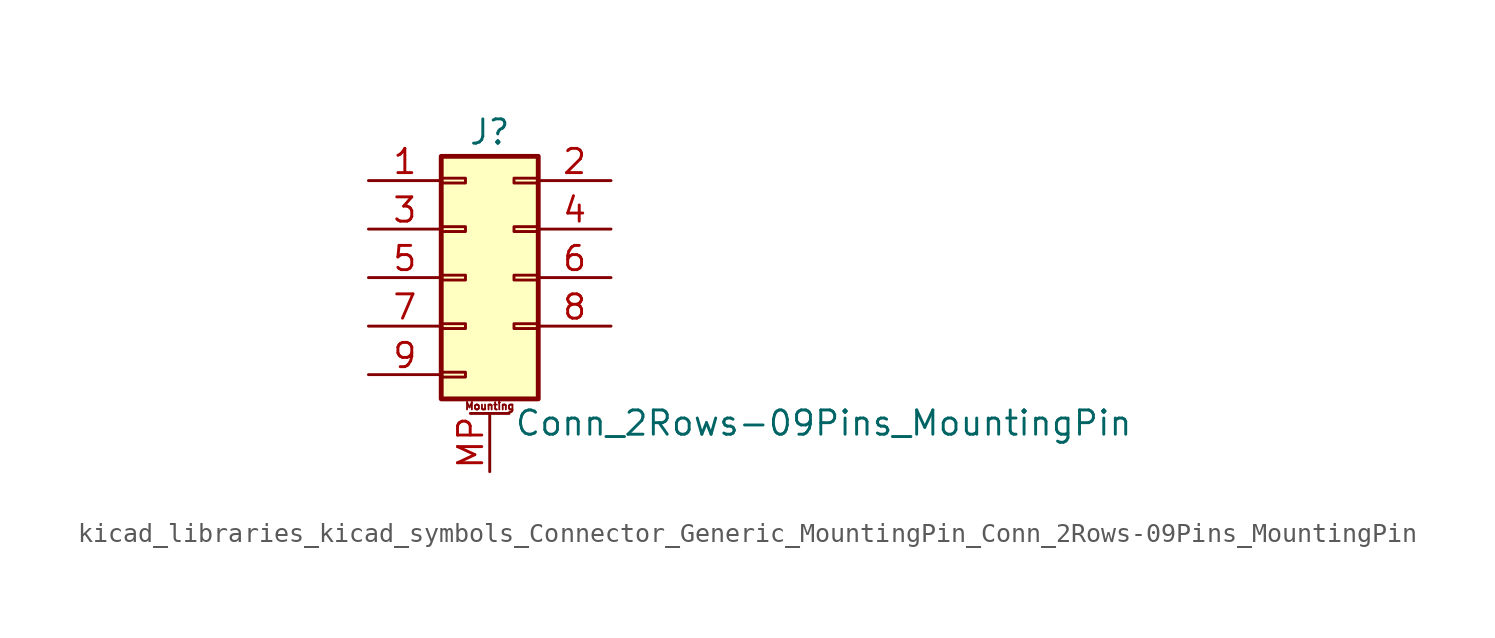
<source format=kicad_sym>
(kicad_symbol_lib
  (version 20220914)
  (generator kicad_symbol_editor)
  (symbol "kicad_libraries_kicad_symbols_Connector_Generic_MountingPin_Conn_2Rows-09Pins_MountingPin"
    (pin_names
      (offset 1.016) hide)
    (property "Reference" "J"
      (at 1.27 7.62 0)
      (effects (font (size 1.27 1.27))))
    (property "Value" "Conn_2Rows-09Pins_MountingPin"
      (at 2.54 -7.62 0)
      (effects (font (size 1.27 1.27)) (justify left)))
    (symbol "kicad_libraries_kicad_symbols_Connector_Generic_MountingPin_Conn_2Rows-09Pins_MountingPin_1_1"
      (rectangle (start -1.27 -4.953) (end 0 -5.207) (stroke (width 0.152) (type default)) (fill (type none)))
      (rectangle (start -1.27 -2.413) (end 0 -2.667) (stroke (width 0.152) (type default)) (fill (type none)))
      (rectangle (start -1.27 0.127) (end 0 -0.127) (stroke (width 0.152) (type default)) (fill (type none)))
      (rectangle (start -1.27 2.667) (end 0 2.413) (stroke (width 0.152) (type default)) (fill (type none)))
      (rectangle (start -1.27 5.207) (end 0 4.953) (stroke (width 0.152) (type default)) (fill (type none)))
      (rectangle (start -1.27 6.35) (end 3.81 -6.35) (stroke (width 0.254) (type default)) (fill (type background)))
      (polyline (pts (xy 0.254 -7.112) (xy 2.286 -7.112)) (stroke (width 0.152) (type default)) (fill (type none)))
      (rectangle (start 3.81 -2.413) (end 2.54 -2.667) (stroke (width 0.152) (type default)) (fill (type none)))
      (rectangle (start 3.81 0.127) (end 2.54 -0.127) (stroke (width 0.152) (type default)) (fill (type none)))
      (rectangle (start 3.81 2.667) (end 2.54 2.413) (stroke (width 0.152) (type default)) (fill (type none)))
      (rectangle (start 3.81 5.207) (end 2.54 4.953) (stroke (width 0.152) (type default)) (fill (type none)))
      (text "Mounting" (at 1.27 -6.731 0) (effects (font (size 0.381 0.381))))
      (pin passive line (at -5.08 5.08 0) (length 3.81) (name "Pin_1" (effects (font (size 1.27 1.27)))) (number "1" (effects (font (size 1.27 1.27)))))
      (pin passive line (at 7.62 5.08 180) (length 3.81) (name "Pin_2" (effects (font (size 1.27 1.27)))) (number "2" (effects (font (size 1.27 1.27)))))
      (pin passive line (at -5.08 2.54 0) (length 3.81) (name "Pin_3" (effects (font (size 1.27 1.27)))) (number "3" (effects (font (size 1.27 1.27)))))
      (pin passive line (at 7.62 2.54 180) (length 3.81) (name "Pin_4" (effects (font (size 1.27 1.27)))) (number "4" (effects (font (size 1.27 1.27)))))
      (pin passive line (at -5.08 0 0) (length 3.81) (name "Pin_5" (effects (font (size 1.27 1.27)))) (number "5" (effects (font (size 1.27 1.27)))))
      (pin passive line (at 7.62 0 180) (length 3.81) (name "Pin_6" (effects (font (size 1.27 1.27)))) (number "6" (effects (font (size 1.27 1.27)))))
      (pin passive line (at -5.08 -2.54 0) (length 3.81) (name "Pin_7" (effects (font (size 1.27 1.27)))) (number "7" (effects (font (size 1.27 1.27)))))
      (pin passive line (at 7.62 -2.54 180) (length 3.81) (name "Pin_8" (effects (font (size 1.27 1.27)))) (number "8" (effects (font (size 1.27 1.27)))))
      (pin passive line (at -5.08 -5.08 0) (length 3.81) (name "Pin_9" (effects (font (size 1.27 1.27)))) (number "9" (effects (font (size 1.27 1.27)))))
      (pin passive line (at 1.27 -10.16 90) (length 3.048) (name "MountPin" (effects (font (size 1.27 1.27)))) (number "MP" (effects (font (size 1.27 1.27))))))))
</source>
